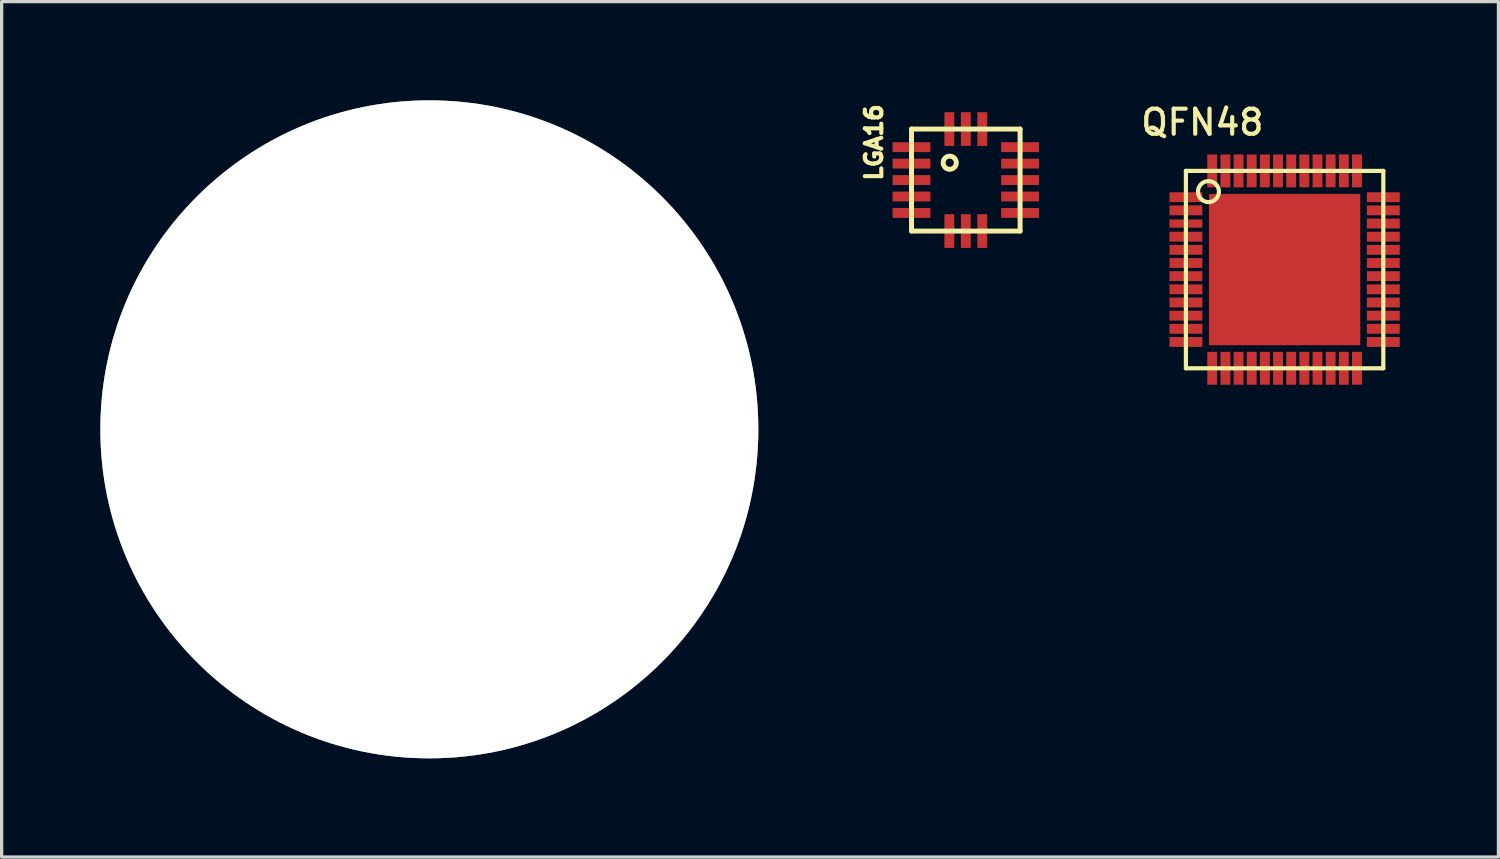
<source format=kicad_pcb>
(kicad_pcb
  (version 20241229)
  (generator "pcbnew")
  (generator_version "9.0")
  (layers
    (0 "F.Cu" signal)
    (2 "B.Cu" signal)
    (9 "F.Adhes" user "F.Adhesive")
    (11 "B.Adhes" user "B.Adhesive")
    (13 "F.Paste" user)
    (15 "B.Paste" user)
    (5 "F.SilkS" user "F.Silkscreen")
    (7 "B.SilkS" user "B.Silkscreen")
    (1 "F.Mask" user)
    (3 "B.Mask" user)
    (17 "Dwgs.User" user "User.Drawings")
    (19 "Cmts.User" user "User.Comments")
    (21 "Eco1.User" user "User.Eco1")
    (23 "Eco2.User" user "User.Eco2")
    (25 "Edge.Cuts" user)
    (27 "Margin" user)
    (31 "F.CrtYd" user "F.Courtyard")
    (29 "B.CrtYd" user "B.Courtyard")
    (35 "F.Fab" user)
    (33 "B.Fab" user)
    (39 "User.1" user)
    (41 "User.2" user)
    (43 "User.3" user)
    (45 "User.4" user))
  (footprint "QFN48"
    (layer "F.Cu")
    (at 35.996 5.144)
    (property "Reference" "QFN48" (at -2.5 -4.475 0) (layer "F.SilkS") (effects (font (size 0.762 0.762) (thickness 0.127))))
    (attr smd)
    (fp_line (start -3 -3) (end 3 -3) (stroke (width 0.127) (type solid)) (layer "F.SilkS"))
    (fp_line (start -3 3) (end -3 -3) (stroke (width 0.127) (type solid)) (layer "F.SilkS"))
    (fp_line (start 3 -3) (end 3 3) (stroke (width 0.127) (type solid)) (layer "F.SilkS"))
    (fp_line (start 3 3) (end -3 3) (stroke (width 0.127) (type solid)) (layer "F.SilkS"))
    (fp_circle (center -2.314 -2.37) (end -2.416 -2.672) (stroke (width 0.127) (type solid)) (fill no) (layer "F.SilkS"))
    (pad "1" smd rect (at -3 -2.2) (size 1 0.3) (layers "F.Cu" "F.Mask" "F.Paste"))
    (pad "2" smd rect (at -3 -1.8) (size 1 0.3) (layers "F.Cu" "F.Mask" "F.Paste"))
    (pad "3" smd rect (at -3 -1.4) (size 1 0.249) (layers "F.Cu" "F.Mask" "F.Paste"))
    (pad "4" smd rect (at -3 -1) (size 1 0.3) (layers "F.Cu" "F.Mask" "F.Paste"))
    (pad "5" smd rect (at -3 -0.6) (size 1 0.3) (layers "F.Cu" "F.Mask" "F.Paste"))
    (pad "6" smd rect (at -3 -0.2) (size 1 0.3) (layers "F.Cu" "F.Mask" "F.Paste"))
    (pad "7" smd rect (at -3 0.2) (size 1 0.3) (layers "F.Cu" "F.Mask" "F.Paste"))
    (pad "8" smd rect (at -3 0.6) (size 1 0.3) (layers "F.Cu" "F.Mask" "F.Paste"))
    (pad "9" smd rect (at -3 1) (size 1 0.3) (layers "F.Cu" "F.Mask" "F.Paste"))
    (pad "10" smd rect (at -3 1.4) (size 1 0.3) (layers "F.Cu" "F.Mask" "F.Paste"))
    (pad "11" smd rect (at -3 1.8) (size 1 0.3) (layers "F.Cu" "F.Mask" "F.Paste"))
    (pad "12" smd rect (at -3 2.2) (size 1 0.3) (layers "F.Cu" "F.Mask" "F.Paste"))
    (pad "13" smd rect (at -2.2 3) (size 0.3 1) (layers "F.Cu" "F.Mask" "F.Paste"))
    (pad "13" smd rect (at 0 0) (size 4.6 4.6) (layers "F.Cu" "F.Mask" "F.Paste"))
    (pad "14" smd rect (at -1.8 3) (size 0.3 1) (layers "F.Cu" "F.Mask" "F.Paste"))
    (pad "15" smd rect (at -1.4 3) (size 0.3 1) (layers "F.Cu" "F.Mask" "F.Paste"))
    (pad "16" smd rect (at -1 3) (size 0.3 1) (layers "F.Cu" "F.Mask" "F.Paste"))
    (pad "17" smd rect (at -0.6 3) (size 0.3 1) (layers "F.Cu" "F.Mask" "F.Paste"))
    (pad "18" smd rect (at -0.2 3) (size 0.3 1) (layers "F.Cu" "F.Mask" "F.Paste"))
    (pad "19" smd rect (at 0.2 3) (size 0.3 1) (layers "F.Cu" "F.Mask" "F.Paste"))
    (pad "20" smd rect (at 0.6 3) (size 0.3 1) (layers "F.Cu" "F.Mask" "F.Paste"))
    (pad "21" smd rect (at 1 3) (size 0.3 1) (layers "F.Cu" "F.Mask" "F.Paste"))
    (pad "22" smd rect (at 1.4 3) (size 0.3 1) (layers "F.Cu" "F.Mask" "F.Paste"))
    (pad "23" smd rect (at 1.8 3) (size 0.3 1) (layers "F.Cu" "F.Mask" "F.Paste"))
    (pad "24" smd rect (at 2.2 3) (size 0.3 1) (layers "F.Cu" "F.Mask" "F.Paste"))
    (pad "25" smd rect (at 3 2.2) (size 1 0.3) (layers "F.Cu" "F.Mask" "F.Paste"))
    (pad "26" smd rect (at 3 1.8) (size 1 0.3) (layers "F.Cu" "F.Mask" "F.Paste"))
    (pad "27" smd rect (at 3 1.4) (size 1 0.3) (layers "F.Cu" "F.Mask" "F.Paste"))
    (pad "28" smd rect (at 3 1) (size 1 0.3) (layers "F.Cu" "F.Mask" "F.Paste"))
    (pad "29" smd rect (at 3 0.6) (size 1 0.3) (layers "F.Cu" "F.Mask" "F.Paste"))
    (pad "30" smd rect (at 3 0.2) (size 1 0.3) (layers "F.Cu" "F.Mask" "F.Paste"))
    (pad "31" smd rect (at 3 -0.2) (size 1 0.3) (layers "F.Cu" "F.Mask" "F.Paste"))
    (pad "32" smd rect (at 3 -0.6) (size 1 0.3) (layers "F.Cu" "F.Mask" "F.Paste"))
    (pad "33" smd rect (at 3 -1) (size 1 0.3) (layers "F.Cu" "F.Mask" "F.Paste"))
    (pad "34" smd rect (at 3 -1.4) (size 1 0.3) (layers "F.Cu" "F.Mask" "F.Paste"))
    (pad "35" smd rect (at 3 -1.8) (size 1 0.3) (layers "F.Cu" "F.Mask" "F.Paste"))
    (pad "36" smd rect (at 3 -2.2) (size 1 0.3) (layers "F.Cu" "F.Mask" "F.Paste"))
    (pad "37" smd rect (at 2.2 -3) (size 0.3 1) (layers "F.Cu" "F.Mask" "F.Paste"))
    (pad "38" smd rect (at 1.8 -3) (size 0.3 1) (layers "F.Cu" "F.Mask" "F.Paste"))
    (pad "39" smd rect (at 1.4 -3) (size 0.3 1) (layers "F.Cu" "F.Mask" "F.Paste"))
    (pad "40" smd rect (at 1 -3) (size 0.3 1) (layers "F.Cu" "F.Mask" "F.Paste"))
    (pad "41" smd rect (at 0.6 -2.999) (size 0.3 1) (layers "F.Cu" "F.Mask" "F.Paste"))
    (pad "42" smd rect (at 0.2 -2.999) (size 0.3 1) (layers "F.Cu" "F.Mask" "F.Paste"))
    (pad "43" smd rect (at -0.2 -2.999) (size 0.3 1) (layers "F.Cu" "F.Mask" "F.Paste"))
    (pad "44" smd rect (at -0.6 -2.999) (size 0.3 1) (layers "F.Cu" "F.Mask" "F.Paste"))
    (pad "45" smd rect (at -1 -2.999) (size 0.3 1) (layers "F.Cu" "F.Mask" "F.Paste"))
    (pad "46" smd rect (at -1.4 -2.999) (size 0.3 1) (layers "F.Cu" "F.Mask" "F.Paste"))
    (pad "47" smd rect (at -1.8 -2.999) (size 0.3 1) (layers "F.Cu" "F.Mask" "F.Paste"))
    (pad "48" smd rect (at -2.2 -2.999) (size 0.3 1) (layers "F.Cu" "F.Mask" "F.Paste")))
  (footprint "LGA16"
    (layer "F.Cu")
    (at 26.306 2.423)
    (property "Reference" "LGA16" (at -2.794 -1.143 90) (layer "F.SilkS") (effects (font (size 0.5 0.5) (thickness 0.125))))
    (attr through_hole)
    (fp_line (start -1.65 -1.55) (end -1.65 1.55) (stroke (width 0.15) (type solid)) (layer "F.SilkS"))
    (fp_line (start -1.65 1.55) (end 1.65 1.55) (stroke (width 0.15) (type solid)) (layer "F.SilkS"))
    (fp_line (start 1.65 -1.55) (end -1.65 -1.55) (stroke (width 0.15) (type solid)) (layer "F.SilkS"))
    (fp_line (start 1.65 1.55) (end 1.65 -1.55) (stroke (width 0.15) (type solid)) (layer "F.SilkS"))
    (fp_circle (center -0.489 -0.527) (end -0.289 -0.527) (stroke (width 0.15) (type solid)) (fill no) (layer "F.SilkS"))
    (pad "1" smd rect (at -1.65 -1) (size 1.15 0.3) (layers "F.Cu" "F.Mask" "F.Paste"))
    (pad "2" smd rect (at -1.65 -0.5) (size 1.15 0.3) (layers "F.Cu" "F.Mask" "F.Paste"))
    (pad "3" smd rect (at -1.65 0) (size 1.15 0.3) (layers "F.Cu" "F.Mask" "F.Paste"))
    (pad "4" smd rect (at -1.65 0.5) (size 1.15 0.3) (layers "F.Cu" "F.Mask" "F.Paste"))
    (pad "5" smd rect (at -1.65 1) (size 1.15 0.3) (layers "F.Cu" "F.Mask" "F.Paste"))
    (pad "6" smd rect (at -0.5 1.55) (size 0.3 1.025) (layers "F.Cu" "F.Mask" "F.Paste"))
    (pad "7" smd rect (at 0 1.55) (size 0.3 1.025) (layers "F.Cu" "F.Mask" "F.Paste"))
    (pad "8" smd rect (at 0.5 1.55) (size 0.3 1.025) (layers "F.Cu" "F.Mask" "F.Paste"))
    (pad "9" smd rect (at 1.65 1) (size 1.15 0.3) (layers "F.Cu" "F.Mask" "F.Paste"))
    (pad "10" smd rect (at 1.65 0.5) (size 1.15 0.3) (layers "F.Cu" "F.Mask" "F.Paste"))
    (pad "11" smd rect (at 1.65 0) (size 1.15 0.3) (layers "F.Cu" "F.Mask" "F.Paste"))
    (pad "12" smd rect (at 1.65 -0.5) (size 1.15 0.3) (layers "F.Cu" "F.Mask" "F.Paste"))
    (pad "13" smd rect (at 1.65 -1) (size 1.15 0.3) (layers "F.Cu" "F.Mask" "F.Paste"))
    (pad "14" smd rect (at 0.5 -1.55) (size 0.3 1.025) (layers "F.Cu" "F.Mask" "F.Paste"))
    (pad "15" smd rect (at 0 -1.55) (size 0.3 1.025) (layers "F.Cu" "F.Mask" "F.Paste"))
    (pad "16" smd rect (at -0.5 -1.55) (size 0.3 1.025) (layers "F.Cu" "F.Mask" "F.Paste")))
  (footprint "CR2032"
    (layer "F.Cu")
    (at 10 10)
    (property "Reference" "CR2032" (at 0 -3.048 0) (layer "F.SilkS") (effects (font (size 0.5 0.5) (thickness 0.125))))
    (attr through_hole)
    (pad "1" thru_hole circle (at 0 0) (size 20 20) (drill 20) (layers "*.Cu")))
  (gr_rect
    (start -3 -3)
    (end 42.496 23)
    (stroke (width 0.1) (type default))
    (fill no)
    (layer "Edge.Cuts")))
</source>
